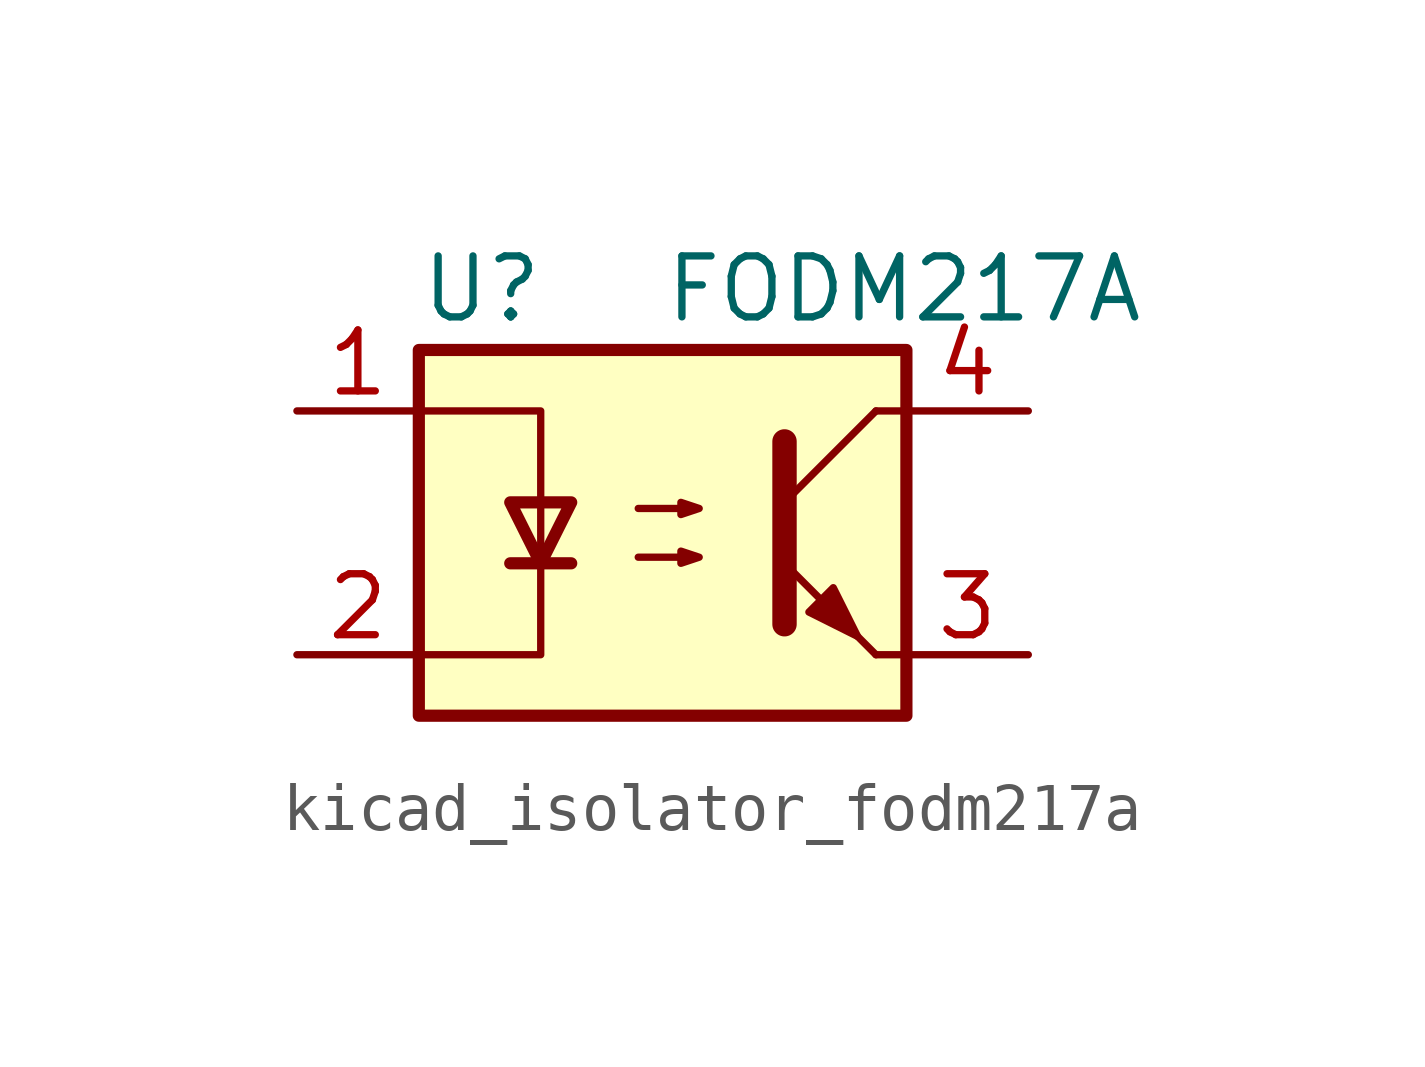
<source format=kicad_sym>
(kicad_symbol_lib
  (version 20220914)
  (generator kicad_symbol_editor)
  (symbol "kicad_isolator_fodm217a"
    (property "Reference" "U"
      (at -5.08 5.08 0)
      (effects (font (size 1.27 1.27)) (justify left)))
    (property "Value" "FODM217A"
      (at 0 5.08 0)
      (effects (font (size 1.27 1.27)) (justify left)))
    (symbol "kicad_isolator_fodm217a_0_1"
      (rectangle (start -5.08 3.81) (end 5.08 -3.81) (stroke (width 0.254) (type default)) (fill (type background)))
      (polyline (pts (xy -3.175 -0.635) (xy -1.905 -0.635)) (stroke (width 0.254) (type default)) (fill (type none)))
      (polyline (pts (xy 2.54 0.635) (xy 4.445 2.54)) (stroke (width 0) (type default)) (fill (type none)))
      (polyline (pts (xy 4.445 -2.54) (xy 2.54 -0.635)) (stroke (width 0) (type default)) (fill (type outline)))
      (polyline (pts (xy 4.445 -2.54) (xy 5.08 -2.54)) (stroke (width 0) (type default)) (fill (type none)))
      (polyline (pts (xy 4.445 2.54) (xy 5.08 2.54)) (stroke (width 0) (type default)) (fill (type none)))
      (polyline (pts (xy -5.08 2.54) (xy -2.54 2.54) (xy -2.54 -0.635)) (stroke (width 0) (type default)) (fill (type none)))
      (polyline (pts (xy -2.54 -0.635) (xy -2.54 -2.54) (xy -5.08 -2.54)) (stroke (width 0) (type default)) (fill (type none)))
      (polyline (pts (xy 2.54 1.905) (xy 2.54 -1.905) (xy 2.54 -1.905)) (stroke (width 0.508) (type default)) (fill (type none)))
      (polyline (pts (xy -2.54 -0.635) (xy -3.175 0.635) (xy -1.905 0.635) (xy -2.54 -0.635)) (stroke (width 0.254) (type default)) (fill (type none)))
      (polyline (pts (xy -0.508 -0.508) (xy 0.762 -0.508) (xy 0.381 -0.635) (xy 0.381 -0.381) (xy 0.762 -0.508)) (stroke (width 0) (type default)) (fill (type none)))
      (polyline (pts (xy -0.508 0.508) (xy 0.762 0.508) (xy 0.381 0.381) (xy 0.381 0.635) (xy 0.762 0.508)) (stroke (width 0) (type default)) (fill (type none)))
      (polyline (pts (xy 3.048 -1.651) (xy 3.556 -1.143) (xy 4.064 -2.159) (xy 3.048 -1.651) (xy 3.048 -1.651)) (stroke (width 0) (type default)) (fill (type outline))))
    (symbol "kicad_isolator_fodm217a_1_1"
      (pin passive line (at -7.62 2.54 0) (length 2.54) (name "~" (effects (font (size 1.27 1.27)))) (number "1" (effects (font (size 1.27 1.27)))))
      (pin passive line (at -7.62 -2.54 0) (length 2.54) (name "~" (effects (font (size 1.27 1.27)))) (number "2" (effects (font (size 1.27 1.27)))))
      (pin passive line (at 7.62 -2.54 180) (length 2.54) (name "~" (effects (font (size 1.27 1.27)))) (number "3" (effects (font (size 1.27 1.27)))))
      (pin passive line (at 7.62 2.54 180) (length 2.54) (name "~" (effects (font (size 1.27 1.27)))) (number "4" (effects (font (size 1.27 1.27))))))))
</source>
